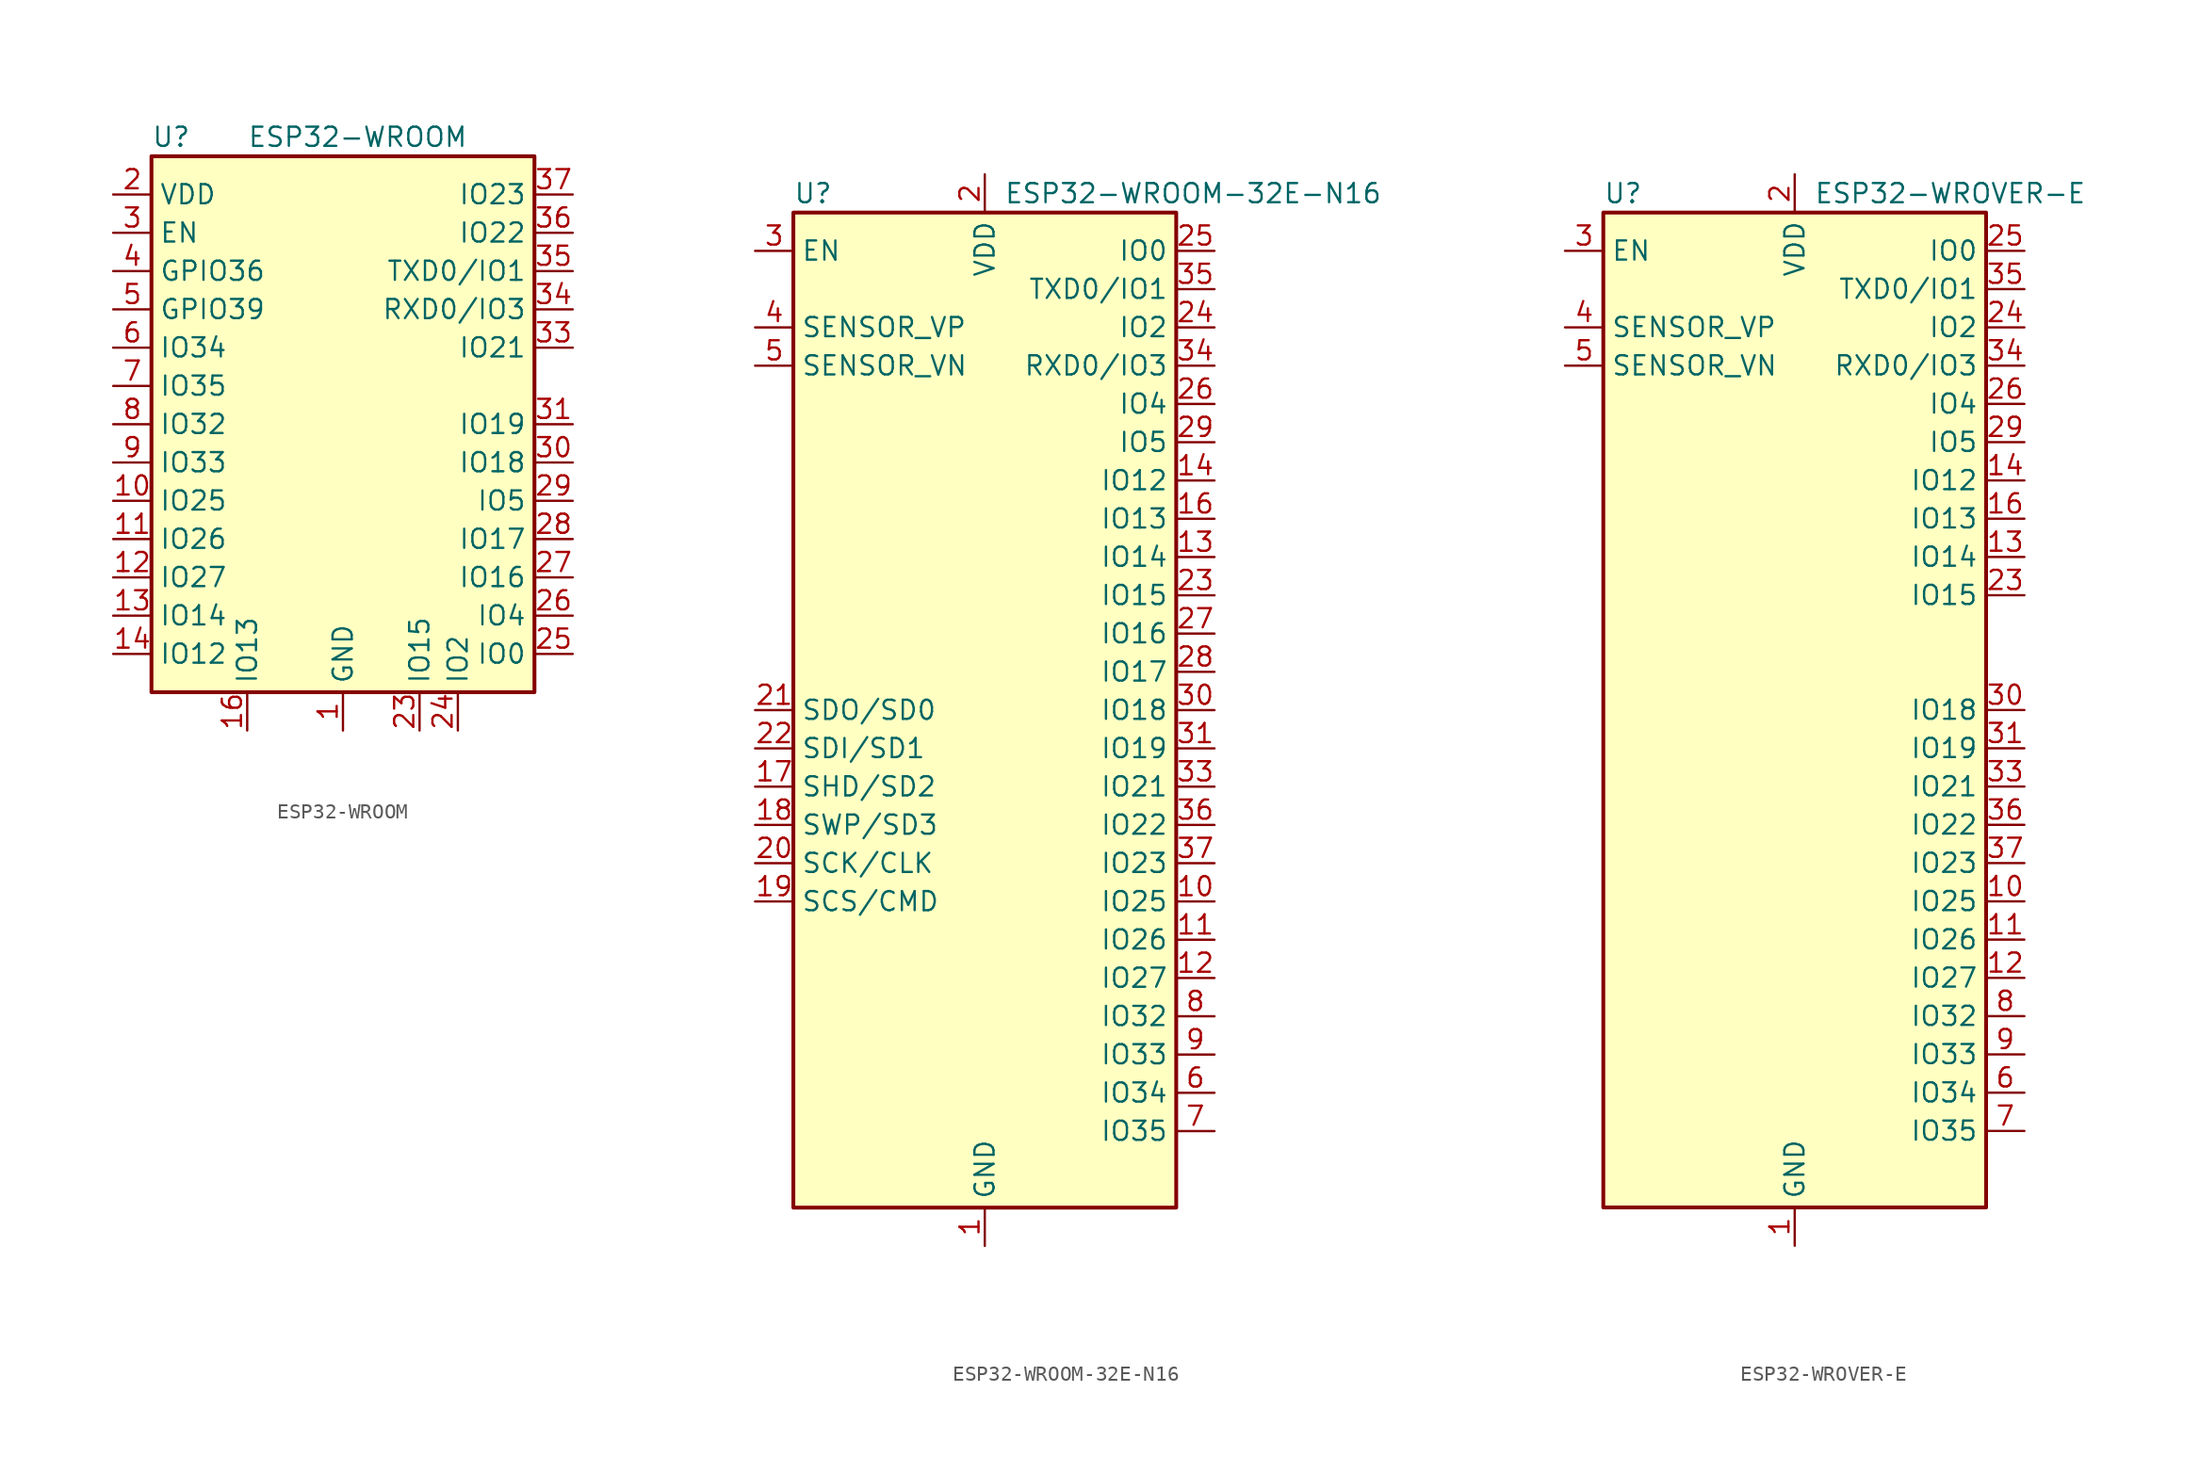
<source format=kicad_sym>
(kicad_symbol_lib
  (version 20220914)
  (generator kicad_symbol_editor)
  (symbol "ESP32-WROOM"
    (property "Reference" "U"
      (at -12.7 34.29 0)
      (effects (font (size 1.27 1.27)) (justify left)))
    (property "Value" "ESP32-WROOM"
      (at -6.35 34.29 0)
      (effects (font (size 1.27 1.27)) (justify left)))
    (symbol "ESP32-WROOM_0_1"
      (rectangle (start -12.7 33.02) (end 12.7 -2.54) (stroke (width 0.254) (type default)) (fill (type background))))
    (symbol "ESP32-WROOM_1_1"
      (pin power_in line (at 0 -5.08 90) (length 2.54) (name "GND" (effects (font (size 1.27 1.27)))) (number "1" (effects (font (size 1.27 1.27)))))
      (pin bidirectional line (at -15.24 10.16 0) (length 2.54) (name "IO25" (effects (font (size 1.27 1.27)))) (number "10" (effects (font (size 1.27 1.27)))))
      (pin bidirectional line (at -15.24 7.62 0) (length 2.54) (name "IO26" (effects (font (size 1.27 1.27)))) (number "11" (effects (font (size 1.27 1.27)))))
      (pin bidirectional line (at -15.24 5.08 0) (length 2.54) (name "IO27" (effects (font (size 1.27 1.27)))) (number "12" (effects (font (size 1.27 1.27)))))
      (pin bidirectional line (at -15.24 2.54 0) (length 2.54) (name "IO14" (effects (font (size 1.27 1.27)))) (number "13" (effects (font (size 1.27 1.27)))))
      (pin bidirectional line (at -15.24 0 0) (length 2.54) (name "IO12" (effects (font (size 1.27 1.27)))) (number "14" (effects (font (size 1.27 1.27)))))
      (pin passive line (at 0 -5.08 90) (length 2.54) hide (name "GND" (effects (font (size 1.27 1.27)))) (number "15" (effects (font (size 1.27 1.27)))))
      (pin bidirectional line (at -6.35 -5.08 90) (length 2.54) (name "IO13" (effects (font (size 1.27 1.27)))) (number "16" (effects (font (size 1.27 1.27)))))
      (pin power_in line (at -15.24 30.48 0) (length 2.54) (name "VDD" (effects (font (size 1.27 1.27)))) (number "2" (effects (font (size 1.27 1.27)))))
      (pin bidirectional line (at 5.08 -5.08 90) (length 2.54) (name "IO15" (effects (font (size 1.27 1.27)))) (number "23" (effects (font (size 1.27 1.27)))))
      (pin bidirectional line (at 7.62 -5.08 90) (length 2.54) (name "IO2" (effects (font (size 1.27 1.27)))) (number "24" (effects (font (size 1.27 1.27)))))
      (pin bidirectional line (at 15.24 0 180) (length 2.54) (name "IO0" (effects (font (size 1.27 1.27)))) (number "25" (effects (font (size 1.27 1.27)))))
      (pin bidirectional line (at 15.24 2.54 180) (length 2.54) (name "IO4" (effects (font (size 1.27 1.27)))) (number "26" (effects (font (size 1.27 1.27)))))
      (pin bidirectional line (at 15.24 5.08 180) (length 2.54) (name "IO16" (effects (font (size 1.27 1.27)))) (number "27" (effects (font (size 1.27 1.27)))))
      (pin bidirectional line (at 15.24 7.62 180) (length 2.54) (name "IO17" (effects (font (size 1.27 1.27)))) (number "28" (effects (font (size 1.27 1.27)))))
      (pin bidirectional line (at 15.24 10.16 180) (length 2.54) (name "IO5" (effects (font (size 1.27 1.27)))) (number "29" (effects (font (size 1.27 1.27)))))
      (pin input line (at -15.24 27.94 0) (length 2.54) (name "EN" (effects (font (size 1.27 1.27)))) (number "3" (effects (font (size 1.27 1.27)))))
      (pin bidirectional line (at 15.24 12.7 180) (length 2.54) (name "IO18" (effects (font (size 1.27 1.27)))) (number "30" (effects (font (size 1.27 1.27)))))
      (pin bidirectional line (at 15.24 15.24 180) (length 2.54) (name "IO19" (effects (font (size 1.27 1.27)))) (number "31" (effects (font (size 1.27 1.27)))))
      (pin bidirectional line (at 15.24 20.32 180) (length 2.54) (name "IO21" (effects (font (size 1.27 1.27)))) (number "33" (effects (font (size 1.27 1.27)))))
      (pin bidirectional line (at 15.24 22.86 180) (length 2.54) (name "RXD0/IO3" (effects (font (size 1.27 1.27)))) (number "34" (effects (font (size 1.27 1.27)))))
      (pin bidirectional line (at 15.24 25.4 180) (length 2.54) (name "TXD0/IO1" (effects (font (size 1.27 1.27)))) (number "35" (effects (font (size 1.27 1.27)))))
      (pin bidirectional line (at 15.24 27.94 180) (length 2.54) (name "IO22" (effects (font (size 1.27 1.27)))) (number "36" (effects (font (size 1.27 1.27)))))
      (pin bidirectional line (at 15.24 30.48 180) (length 2.54) (name "IO23" (effects (font (size 1.27 1.27)))) (number "37" (effects (font (size 1.27 1.27)))))
      (pin passive line (at 0 -5.08 90) (length 2.54) hide (name "GND" (effects (font (size 1.27 1.27)))) (number "38" (effects (font (size 1.27 1.27)))))
      (pin passive line (at 0 -5.08 90) (length 2.54) hide (name "GND" (effects (font (size 1.27 1.27)))) (number "39" (effects (font (size 1.27 1.27)))))
      (pin input line (at -15.24 25.4 0) (length 2.54) (name "GPIO36" (effects (font (size 1.27 1.27)))) (number "4" (effects (font (size 1.27 1.27)))))
      (pin input line (at -15.24 22.86 0) (length 2.54) (name "GPIO39" (effects (font (size 1.27 1.27)))) (number "5" (effects (font (size 1.27 1.27)))))
      (pin input line (at -15.24 20.32 0) (length 2.54) (name "IO34" (effects (font (size 1.27 1.27)))) (number "6" (effects (font (size 1.27 1.27)))))
      (pin input line (at -15.24 17.78 0) (length 2.54) (name "IO35" (effects (font (size 1.27 1.27)))) (number "7" (effects (font (size 1.27 1.27)))))
      (pin bidirectional line (at -15.24 15.24 0) (length 2.54) (name "IO32" (effects (font (size 1.27 1.27)))) (number "8" (effects (font (size 1.27 1.27)))))
      (pin bidirectional line (at -15.24 12.7 0) (length 2.54) (name "IO33" (effects (font (size 1.27 1.27)))) (number "9" (effects (font (size 1.27 1.27)))))))
  (symbol "ESP32-WROOM-32E-N16"
    (property "Reference" "U"
      (at -12.7 34.29 0)
      (effects (font (size 1.27 1.27)) (justify left)))
    (property "Value" "ESP32-WROOM-32E-N16"
      (at 1.27 34.29 0)
      (effects (font (size 1.27 1.27)) (justify left)))
    (symbol "ESP32-WROOM-32E-N16_0_1"
      (rectangle (start -12.7 33.02) (end 12.7 -33.02) (stroke (width 0.254) (type default)) (fill (type background))))
    (symbol "ESP32-WROOM-32E-N16_1_1"
      (pin power_in line (at 0 -35.56 90) (length 2.54) (name "GND" (effects (font (size 1.27 1.27)))) (number "1" (effects (font (size 1.27 1.27)))))
      (pin bidirectional line (at 15.24 -12.7 180) (length 2.54) (name "IO25" (effects (font (size 1.27 1.27)))) (number "10" (effects (font (size 1.27 1.27)))))
      (pin bidirectional line (at 15.24 -15.24 180) (length 2.54) (name "IO26" (effects (font (size 1.27 1.27)))) (number "11" (effects (font (size 1.27 1.27)))))
      (pin bidirectional line (at 15.24 -17.78 180) (length 2.54) (name "IO27" (effects (font (size 1.27 1.27)))) (number "12" (effects (font (size 1.27 1.27)))))
      (pin bidirectional line (at 15.24 10.16 180) (length 2.54) (name "IO14" (effects (font (size 1.27 1.27)))) (number "13" (effects (font (size 1.27 1.27)))))
      (pin bidirectional line (at 15.24 15.24 180) (length 2.54) (name "IO12" (effects (font (size 1.27 1.27)))) (number "14" (effects (font (size 1.27 1.27)))))
      (pin passive line (at 0 -35.56 90) (length 2.54) hide (name "GND" (effects (font (size 1.27 1.27)))) (number "15" (effects (font (size 1.27 1.27)))))
      (pin bidirectional line (at 15.24 12.7 180) (length 2.54) (name "IO13" (effects (font (size 1.27 1.27)))) (number "16" (effects (font (size 1.27 1.27)))))
      (pin bidirectional line (at -15.24 -5.08 0) (length 2.54) (name "SHD/SD2" (effects (font (size 1.27 1.27)))) (number "17" (effects (font (size 1.27 1.27)))))
      (pin bidirectional line (at -15.24 -7.62 0) (length 2.54) (name "SWP/SD3" (effects (font (size 1.27 1.27)))) (number "18" (effects (font (size 1.27 1.27)))))
      (pin bidirectional line (at -15.24 -12.7 0) (length 2.54) (name "SCS/CMD" (effects (font (size 1.27 1.27)))) (number "19" (effects (font (size 1.27 1.27)))))
      (pin power_in line (at 0 35.56 270) (length 2.54) (name "VDD" (effects (font (size 1.27 1.27)))) (number "2" (effects (font (size 1.27 1.27)))))
      (pin bidirectional line (at -15.24 -10.16 0) (length 2.54) (name "SCK/CLK" (effects (font (size 1.27 1.27)))) (number "20" (effects (font (size 1.27 1.27)))))
      (pin bidirectional line (at -15.24 0 0) (length 2.54) (name "SDO/SD0" (effects (font (size 1.27 1.27)))) (number "21" (effects (font (size 1.27 1.27)))))
      (pin bidirectional line (at -15.24 -2.54 0) (length 2.54) (name "SDI/SD1" (effects (font (size 1.27 1.27)))) (number "22" (effects (font (size 1.27 1.27)))))
      (pin bidirectional line (at 15.24 7.62 180) (length 2.54) (name "IO15" (effects (font (size 1.27 1.27)))) (number "23" (effects (font (size 1.27 1.27)))))
      (pin bidirectional line (at 15.24 25.4 180) (length 2.54) (name "IO2" (effects (font (size 1.27 1.27)))) (number "24" (effects (font (size 1.27 1.27)))))
      (pin bidirectional line (at 15.24 30.48 180) (length 2.54) (name "IO0" (effects (font (size 1.27 1.27)))) (number "25" (effects (font (size 1.27 1.27)))))
      (pin bidirectional line (at 15.24 20.32 180) (length 2.54) (name "IO4" (effects (font (size 1.27 1.27)))) (number "26" (effects (font (size 1.27 1.27)))))
      (pin bidirectional line (at 15.24 5.08 180) (length 2.54) (name "IO16" (effects (font (size 1.27 1.27)))) (number "27" (effects (font (size 1.27 1.27)))))
      (pin bidirectional line (at 15.24 2.54 180) (length 2.54) (name "IO17" (effects (font (size 1.27 1.27)))) (number "28" (effects (font (size 1.27 1.27)))))
      (pin bidirectional line (at 15.24 17.78 180) (length 2.54) (name "IO5" (effects (font (size 1.27 1.27)))) (number "29" (effects (font (size 1.27 1.27)))))
      (pin input line (at -15.24 30.48 0) (length 2.54) (name "EN" (effects (font (size 1.27 1.27)))) (number "3" (effects (font (size 1.27 1.27)))))
      (pin bidirectional line (at 15.24 0 180) (length 2.54) (name "IO18" (effects (font (size 1.27 1.27)))) (number "30" (effects (font (size 1.27 1.27)))))
      (pin bidirectional line (at 15.24 -2.54 180) (length 2.54) (name "IO19" (effects (font (size 1.27 1.27)))) (number "31" (effects (font (size 1.27 1.27)))))
      (pin no_connect line (at -12.7 -27.94 0) (length 2.54) hide (name "NC" (effects (font (size 1.27 1.27)))) (number "32" (effects (font (size 1.27 1.27)))))
      (pin bidirectional line (at 15.24 -5.08 180) (length 2.54) (name "IO21" (effects (font (size 1.27 1.27)))) (number "33" (effects (font (size 1.27 1.27)))))
      (pin bidirectional line (at 15.24 22.86 180) (length 2.54) (name "RXD0/IO3" (effects (font (size 1.27 1.27)))) (number "34" (effects (font (size 1.27 1.27)))))
      (pin bidirectional line (at 15.24 27.94 180) (length 2.54) (name "TXD0/IO1" (effects (font (size 1.27 1.27)))) (number "35" (effects (font (size 1.27 1.27)))))
      (pin bidirectional line (at 15.24 -7.62 180) (length 2.54) (name "IO22" (effects (font (size 1.27 1.27)))) (number "36" (effects (font (size 1.27 1.27)))))
      (pin bidirectional line (at 15.24 -10.16 180) (length 2.54) (name "IO23" (effects (font (size 1.27 1.27)))) (number "37" (effects (font (size 1.27 1.27)))))
      (pin passive line (at 0 -35.56 90) (length 2.54) hide (name "GND" (effects (font (size 1.27 1.27)))) (number "38" (effects (font (size 1.27 1.27)))))
      (pin passive line (at 0 -35.56 90) (length 2.54) hide (name "GND" (effects (font (size 1.27 1.27)))) (number "39" (effects (font (size 1.27 1.27)))))
      (pin input line (at -15.24 25.4 0) (length 2.54) (name "SENSOR_VP" (effects (font (size 1.27 1.27)))) (number "4" (effects (font (size 1.27 1.27)))))
      (pin input line (at -15.24 22.86 0) (length 2.54) (name "SENSOR_VN" (effects (font (size 1.27 1.27)))) (number "5" (effects (font (size 1.27 1.27)))))
      (pin input line (at 15.24 -25.4 180) (length 2.54) (name "IO34" (effects (font (size 1.27 1.27)))) (number "6" (effects (font (size 1.27 1.27)))))
      (pin input line (at 15.24 -27.94 180) (length 2.54) (name "IO35" (effects (font (size 1.27 1.27)))) (number "7" (effects (font (size 1.27 1.27)))))
      (pin bidirectional line (at 15.24 -20.32 180) (length 2.54) (name "IO32" (effects (font (size 1.27 1.27)))) (number "8" (effects (font (size 1.27 1.27)))))
      (pin bidirectional line (at 15.24 -22.86 180) (length 2.54) (name "IO33" (effects (font (size 1.27 1.27)))) (number "9" (effects (font (size 1.27 1.27)))))))
  (symbol "ESP32-WROVER-E"
    (property "Reference" "U"
      (at -12.7 34.29 0)
      (effects (font (size 1.27 1.27)) (justify left)))
    (property "Value" "ESP32-WROVER-E"
      (at 1.27 34.29 0)
      (effects (font (size 1.27 1.27)) (justify left)))
    (symbol "ESP32-WROVER-E_0_1"
      (rectangle (start -12.7 33.02) (end 12.7 -33.02) (stroke (width 0.254) (type default)) (fill (type background))))
    (symbol "ESP32-WROVER-E_1_1"
      (pin power_in line (at 0 -35.56 90) (length 2.54) (name "GND" (effects (font (size 1.27 1.27)))) (number "1" (effects (font (size 1.27 1.27)))))
      (pin bidirectional line (at 15.24 -12.7 180) (length 2.54) (name "IO25" (effects (font (size 1.27 1.27)))) (number "10" (effects (font (size 1.27 1.27)))))
      (pin bidirectional line (at 15.24 -15.24 180) (length 2.54) (name "IO26" (effects (font (size 1.27 1.27)))) (number "11" (effects (font (size 1.27 1.27)))))
      (pin bidirectional line (at 15.24 -17.78 180) (length 2.54) (name "IO27" (effects (font (size 1.27 1.27)))) (number "12" (effects (font (size 1.27 1.27)))))
      (pin bidirectional line (at 15.24 10.16 180) (length 2.54) (name "IO14" (effects (font (size 1.27 1.27)))) (number "13" (effects (font (size 1.27 1.27)))))
      (pin bidirectional line (at 15.24 15.24 180) (length 2.54) (name "IO12" (effects (font (size 1.27 1.27)))) (number "14" (effects (font (size 1.27 1.27)))))
      (pin passive line (at 0 -35.56 90) (length 2.54) hide (name "GND" (effects (font (size 1.27 1.27)))) (number "15" (effects (font (size 1.27 1.27)))))
      (pin bidirectional line (at 15.24 12.7 180) (length 2.54) (name "IO13" (effects (font (size 1.27 1.27)))) (number "16" (effects (font (size 1.27 1.27)))))
      (pin no_connect line (at -12.7 -7.62 0) (length 2.54) hide (name "NC" (effects (font (size 1.27 1.27)))) (number "17" (effects (font (size 1.27 1.27)))))
      (pin no_connect line (at -12.7 -10.16 0) (length 2.54) hide (name "NC" (effects (font (size 1.27 1.27)))) (number "18" (effects (font (size 1.27 1.27)))))
      (pin no_connect line (at -12.7 -15.24 0) (length 2.54) hide (name "NC" (effects (font (size 1.27 1.27)))) (number "19" (effects (font (size 1.27 1.27)))))
      (pin power_in line (at 0 35.56 270) (length 2.54) (name "VDD" (effects (font (size 1.27 1.27)))) (number "2" (effects (font (size 1.27 1.27)))))
      (pin no_connect line (at -12.7 -12.7 0) (length 2.54) hide (name "NC" (effects (font (size 1.27 1.27)))) (number "20" (effects (font (size 1.27 1.27)))))
      (pin no_connect line (at -12.7 -2.54 0) (length 2.54) hide (name "NC" (effects (font (size 1.27 1.27)))) (number "21" (effects (font (size 1.27 1.27)))))
      (pin no_connect line (at -12.7 -5.08 0) (length 2.54) hide (name "NC" (effects (font (size 1.27 1.27)))) (number "22" (effects (font (size 1.27 1.27)))))
      (pin bidirectional line (at 15.24 7.62 180) (length 2.54) (name "IO15" (effects (font (size 1.27 1.27)))) (number "23" (effects (font (size 1.27 1.27)))))
      (pin bidirectional line (at 15.24 25.4 180) (length 2.54) (name "IO2" (effects (font (size 1.27 1.27)))) (number "24" (effects (font (size 1.27 1.27)))))
      (pin bidirectional line (at 15.24 30.48 180) (length 2.54) (name "IO0" (effects (font (size 1.27 1.27)))) (number "25" (effects (font (size 1.27 1.27)))))
      (pin bidirectional line (at 15.24 20.32 180) (length 2.54) (name "IO4" (effects (font (size 1.27 1.27)))) (number "26" (effects (font (size 1.27 1.27)))))
      (pin no_connect line (at -12.7 -22.86 0) (length 2.54) hide (name "IO16" (effects (font (size 1.27 1.27)))) (number "27" (effects (font (size 1.27 1.27)))))
      (pin no_connect line (at -12.7 -20.32 0) (length 2.54) hide (name "IO17" (effects (font (size 1.27 1.27)))) (number "28" (effects (font (size 1.27 1.27)))))
      (pin bidirectional line (at 15.24 17.78 180) (length 2.54) (name "IO5" (effects (font (size 1.27 1.27)))) (number "29" (effects (font (size 1.27 1.27)))))
      (pin input line (at -15.24 30.48 0) (length 2.54) (name "EN" (effects (font (size 1.27 1.27)))) (number "3" (effects (font (size 1.27 1.27)))))
      (pin bidirectional line (at 15.24 0 180) (length 2.54) (name "IO18" (effects (font (size 1.27 1.27)))) (number "30" (effects (font (size 1.27 1.27)))))
      (pin bidirectional line (at 15.24 -2.54 180) (length 2.54) (name "IO19" (effects (font (size 1.27 1.27)))) (number "31" (effects (font (size 1.27 1.27)))))
      (pin no_connect line (at -12.7 -27.94 0) (length 2.54) hide (name "NC" (effects (font (size 1.27 1.27)))) (number "32" (effects (font (size 1.27 1.27)))))
      (pin bidirectional line (at 15.24 -5.08 180) (length 2.54) (name "IO21" (effects (font (size 1.27 1.27)))) (number "33" (effects (font (size 1.27 1.27)))))
      (pin bidirectional line (at 15.24 22.86 180) (length 2.54) (name "RXD0/IO3" (effects (font (size 1.27 1.27)))) (number "34" (effects (font (size 1.27 1.27)))))
      (pin bidirectional line (at 15.24 27.94 180) (length 2.54) (name "TXD0/IO1" (effects (font (size 1.27 1.27)))) (number "35" (effects (font (size 1.27 1.27)))))
      (pin bidirectional line (at 15.24 -7.62 180) (length 2.54) (name "IO22" (effects (font (size 1.27 1.27)))) (number "36" (effects (font (size 1.27 1.27)))))
      (pin bidirectional line (at 15.24 -10.16 180) (length 2.54) (name "IO23" (effects (font (size 1.27 1.27)))) (number "37" (effects (font (size 1.27 1.27)))))
      (pin passive line (at 0 -35.56 90) (length 2.54) hide (name "GND" (effects (font (size 1.27 1.27)))) (number "38" (effects (font (size 1.27 1.27)))))
      (pin passive line (at 0 -35.56 90) (length 2.54) hide (name "GND" (effects (font (size 1.27 1.27)))) (number "39" (effects (font (size 1.27 1.27)))))
      (pin input line (at -15.24 25.4 0) (length 2.54) (name "SENSOR_VP" (effects (font (size 1.27 1.27)))) (number "4" (effects (font (size 1.27 1.27)))))
      (pin input line (at -15.24 22.86 0) (length 2.54) (name "SENSOR_VN" (effects (font (size 1.27 1.27)))) (number "5" (effects (font (size 1.27 1.27)))))
      (pin input line (at 15.24 -25.4 180) (length 2.54) (name "IO34" (effects (font (size 1.27 1.27)))) (number "6" (effects (font (size 1.27 1.27)))))
      (pin input line (at 15.24 -27.94 180) (length 2.54) (name "IO35" (effects (font (size 1.27 1.27)))) (number "7" (effects (font (size 1.27 1.27)))))
      (pin bidirectional line (at 15.24 -20.32 180) (length 2.54) (name "IO32" (effects (font (size 1.27 1.27)))) (number "8" (effects (font (size 1.27 1.27)))))
      (pin bidirectional line (at 15.24 -22.86 180) (length 2.54) (name "IO33" (effects (font (size 1.27 1.27)))) (number "9" (effects (font (size 1.27 1.27))))))))
</source>
